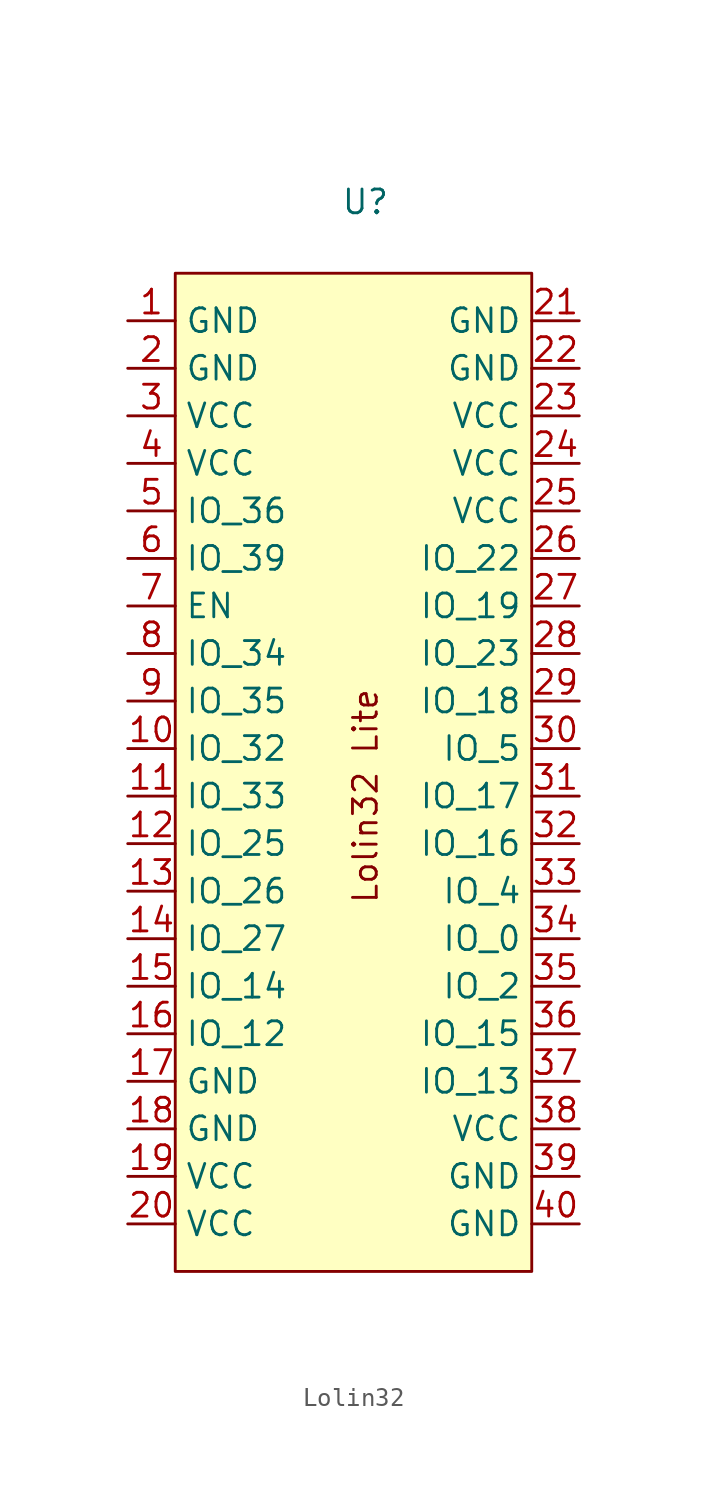
<source format=kicad_sym>
(kicad_symbol_lib
  (version 20220914)
  (generator kicad_symbol_editor)
  (symbol "Lolin32"
    (property "Reference" "U"
      (at 0 0 0)
      (effects (font (size 1.27 1.27))))
    (property "Value" ""
      (at 0 0 0)
      (effects (font (size 1.27 1.27))))
    (symbol "Lolin32_1_1"
      (rectangle (start -10.16 -3.81) (end 8.89 -57.15) (stroke (width 0) (type default)) (fill (type background)))
      (text "Lolin32 Lite\n" (at 0 -31.75 900) (effects (font (size 1.27 1.27))))
      (pin bidirectional line (at -12.7 -6.35 0) (length 2.54) (name "GND" (effects (font (size 1.27 1.27)))) (number "1" (effects (font (size 1.27 1.27)))))
      (pin bidirectional line (at -12.7 -29.21 0) (length 2.54) (name "IO_32" (effects (font (size 1.27 1.27)))) (number "10" (effects (font (size 1.27 1.27)))))
      (pin bidirectional line (at -12.7 -31.75 0) (length 2.54) (name "IO_33" (effects (font (size 1.27 1.27)))) (number "11" (effects (font (size 1.27 1.27)))))
      (pin bidirectional line (at -12.7 -34.29 0) (length 2.54) (name "IO_25" (effects (font (size 1.27 1.27)))) (number "12" (effects (font (size 1.27 1.27)))))
      (pin bidirectional line (at -12.7 -36.83 0) (length 2.54) (name "IO_26" (effects (font (size 1.27 1.27)))) (number "13" (effects (font (size 1.27 1.27)))))
      (pin bidirectional line (at -12.7 -39.37 0) (length 2.54) (name "IO_27" (effects (font (size 1.27 1.27)))) (number "14" (effects (font (size 1.27 1.27)))))
      (pin bidirectional line (at -12.7 -41.91 0) (length 2.54) (name "IO_14" (effects (font (size 1.27 1.27)))) (number "15" (effects (font (size 1.27 1.27)))))
      (pin bidirectional line (at -12.7 -44.45 0) (length 2.54) (name "IO_12" (effects (font (size 1.27 1.27)))) (number "16" (effects (font (size 1.27 1.27)))))
      (pin bidirectional line (at -12.7 -46.99 0) (length 2.54) (name "GND" (effects (font (size 1.27 1.27)))) (number "17" (effects (font (size 1.27 1.27)))))
      (pin bidirectional line (at -12.7 -49.53 0) (length 2.54) (name "GND" (effects (font (size 1.27 1.27)))) (number "18" (effects (font (size 1.27 1.27)))))
      (pin bidirectional line (at -12.7 -52.07 0) (length 2.54) (name "VCC" (effects (font (size 1.27 1.27)))) (number "19" (effects (font (size 1.27 1.27)))))
      (pin bidirectional line (at -12.7 -8.89 0) (length 2.54) (name "GND" (effects (font (size 1.27 1.27)))) (number "2" (effects (font (size 1.27 1.27)))))
      (pin bidirectional line (at -12.7 -54.61 0) (length 2.54) (name "VCC" (effects (font (size 1.27 1.27)))) (number "20" (effects (font (size 1.27 1.27)))))
      (pin bidirectional line (at 11.43 -6.35 180) (length 2.54) (name "GND" (effects (font (size 1.27 1.27)))) (number "21" (effects (font (size 1.27 1.27)))))
      (pin bidirectional line (at 11.43 -8.89 180) (length 2.54) (name "GND" (effects (font (size 1.27 1.27)))) (number "22" (effects (font (size 1.27 1.27)))))
      (pin bidirectional line (at 11.43 -11.43 180) (length 2.54) (name "VCC" (effects (font (size 1.27 1.27)))) (number "23" (effects (font (size 1.27 1.27)))))
      (pin bidirectional line (at 11.43 -13.97 180) (length 2.54) (name "VCC" (effects (font (size 1.27 1.27)))) (number "24" (effects (font (size 1.27 1.27)))))
      (pin bidirectional line (at 11.43 -16.51 180) (length 2.54) (name "VCC" (effects (font (size 1.27 1.27)))) (number "25" (effects (font (size 1.27 1.27)))))
      (pin bidirectional line (at 11.43 -19.05 180) (length 2.54) (name "IO_22" (effects (font (size 1.27 1.27)))) (number "26" (effects (font (size 1.27 1.27)))))
      (pin bidirectional line (at 11.43 -21.59 180) (length 2.54) (name "IO_19" (effects (font (size 1.27 1.27)))) (number "27" (effects (font (size 1.27 1.27)))))
      (pin bidirectional line (at 11.43 -24.13 180) (length 2.54) (name "IO_23" (effects (font (size 1.27 1.27)))) (number "28" (effects (font (size 1.27 1.27)))))
      (pin bidirectional line (at 11.43 -26.67 180) (length 2.54) (name "IO_18" (effects (font (size 1.27 1.27)))) (number "29" (effects (font (size 1.27 1.27)))))
      (pin bidirectional line (at -12.7 -11.43 0) (length 2.54) (name "VCC" (effects (font (size 1.27 1.27)))) (number "3" (effects (font (size 1.27 1.27)))))
      (pin bidirectional line (at 11.43 -29.21 180) (length 2.54) (name "IO_5" (effects (font (size 1.27 1.27)))) (number "30" (effects (font (size 1.27 1.27)))))
      (pin bidirectional line (at 11.43 -31.75 180) (length 2.54) (name "IO_17" (effects (font (size 1.27 1.27)))) (number "31" (effects (font (size 1.27 1.27)))))
      (pin bidirectional line (at 11.43 -34.29 180) (length 2.54) (name "IO_16" (effects (font (size 1.27 1.27)))) (number "32" (effects (font (size 1.27 1.27)))))
      (pin bidirectional line (at 11.43 -36.83 180) (length 2.54) (name "IO_4" (effects (font (size 1.27 1.27)))) (number "33" (effects (font (size 1.27 1.27)))))
      (pin bidirectional line (at 11.43 -39.37 180) (length 2.54) (name "IO_0" (effects (font (size 1.27 1.27)))) (number "34" (effects (font (size 1.27 1.27)))))
      (pin bidirectional line (at 11.43 -41.91 180) (length 2.54) (name "IO_2" (effects (font (size 1.27 1.27)))) (number "35" (effects (font (size 1.27 1.27)))))
      (pin bidirectional line (at 11.43 -44.45 180) (length 2.54) (name "IO_15" (effects (font (size 1.27 1.27)))) (number "36" (effects (font (size 1.27 1.27)))))
      (pin bidirectional line (at 11.43 -46.99 180) (length 2.54) (name "IO_13" (effects (font (size 1.27 1.27)))) (number "37" (effects (font (size 1.27 1.27)))))
      (pin bidirectional line (at 11.43 -49.53 180) (length 2.54) (name "VCC" (effects (font (size 1.27 1.27)))) (number "38" (effects (font (size 1.27 1.27)))))
      (pin bidirectional line (at 11.43 -52.07 180) (length 2.54) (name "GND" (effects (font (size 1.27 1.27)))) (number "39" (effects (font (size 1.27 1.27)))))
      (pin bidirectional line (at -12.7 -13.97 0) (length 2.54) (name "VCC" (effects (font (size 1.27 1.27)))) (number "4" (effects (font (size 1.27 1.27)))))
      (pin bidirectional line (at 11.43 -54.61 180) (length 2.54) (name "GND" (effects (font (size 1.27 1.27)))) (number "40" (effects (font (size 1.27 1.27)))))
      (pin bidirectional line (at -12.7 -16.51 0) (length 2.54) (name "IO_36" (effects (font (size 1.27 1.27)))) (number "5" (effects (font (size 1.27 1.27)))))
      (pin bidirectional line (at -12.7 -19.05 0) (length 2.54) (name "IO_39" (effects (font (size 1.27 1.27)))) (number "6" (effects (font (size 1.27 1.27)))))
      (pin bidirectional line (at -12.7 -21.59 0) (length 2.54) (name "EN" (effects (font (size 1.27 1.27)))) (number "7" (effects (font (size 1.27 1.27)))))
      (pin bidirectional line (at -12.7 -24.13 0) (length 2.54) (name "IO_34" (effects (font (size 1.27 1.27)))) (number "8" (effects (font (size 1.27 1.27)))))
      (pin bidirectional line (at -12.7 -26.67 0) (length 2.54) (name "IO_35" (effects (font (size 1.27 1.27)))) (number "9" (effects (font (size 1.27 1.27))))))))
</source>
